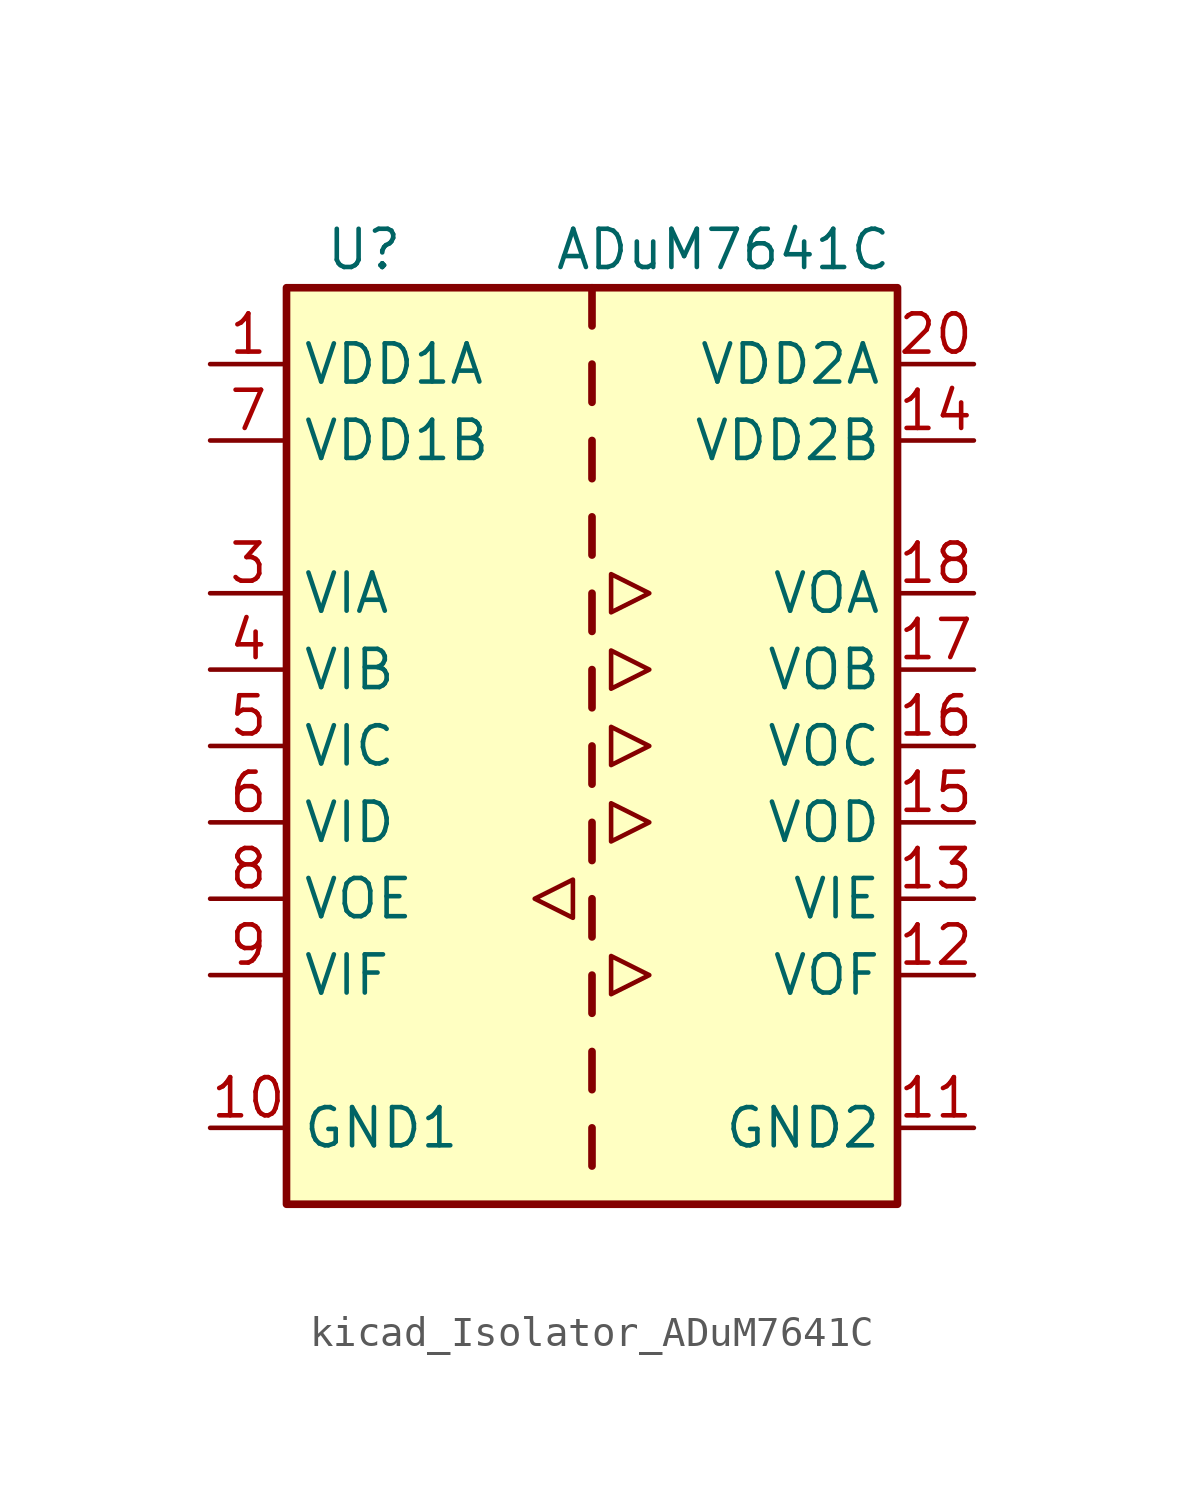
<source format=kicad_sym>
(kicad_symbol_lib
  (version 20220914)
  (generator kicad_symbol_editor)
  (symbol "kicad_Isolator_ADuM7641C"
    (property "Reference" "U"
      (at -8.89 16.51 0)
      (effects (font (size 1.27 1.27)) (justify left)))
    (property "Value" "ADuM7641C"
      (at -1.27 16.51 0)
      (effects (font (size 1.27 1.27)) (justify left)))
    (symbol "kicad_Isolator_ADuM7641C_0_1"
      (polyline (pts (xy -1.905 -5.08) (xy -0.635 -4.445) (xy -0.635 -5.715) (xy -1.905 -5.08)) (stroke (width 0) (type default)) (fill (type none)))
      (polyline (pts (xy 0.635 -6.985) (xy 0.635 -8.255) (xy 1.905 -7.62) (xy 0.635 -6.985)) (stroke (width 0) (type default)) (fill (type none)))
      (polyline (pts (xy 0.635 3.175) (xy 0.635 1.905) (xy 1.905 2.54) (xy 0.635 3.175)) (stroke (width 0) (type default)) (fill (type none)))
      (polyline (pts (xy 0.635 5.715) (xy 0.635 4.445) (xy 1.905 5.08) (xy 0.635 5.715)) (stroke (width 0) (type default)) (fill (type none)))
      (polyline (pts (xy 1.905 -2.54) (xy 0.635 -1.905) (xy 0.635 -3.175) (xy 1.905 -2.54)) (stroke (width 0) (type default)) (fill (type none)))
      (polyline (pts (xy 1.905 0) (xy 0.635 -0.635) (xy 0.635 0.635) (xy 1.905 0)) (stroke (width 0) (type default)) (fill (type none))))
    (symbol "kicad_Isolator_ADuM7641C_1_1"
      (rectangle (start -10.16 15.24) (end 10.16 -15.24) (stroke (width 0.254) (type default)) (fill (type background)))
      (polyline (pts (xy 0 -12.7) (xy 0 -13.97)) (stroke (width 0.254) (type default)) (fill (type none)))
      (polyline (pts (xy 0 -10.16) (xy 0 -11.43)) (stroke (width 0.254) (type default)) (fill (type none)))
      (polyline (pts (xy 0 -7.62) (xy 0 -8.89)) (stroke (width 0.254) (type default)) (fill (type none)))
      (polyline (pts (xy 0 -5.08) (xy 0 -6.35)) (stroke (width 0.254) (type default)) (fill (type none)))
      (polyline (pts (xy 0 -2.54) (xy 0 -3.81)) (stroke (width 0.254) (type default)) (fill (type none)))
      (polyline (pts (xy 0 0) (xy 0 -1.27)) (stroke (width 0.254) (type default)) (fill (type none)))
      (polyline (pts (xy 0 2.54) (xy 0 1.27)) (stroke (width 0.254) (type default)) (fill (type none)))
      (polyline (pts (xy 0 5.08) (xy 0 3.81)) (stroke (width 0.254) (type default)) (fill (type none)))
      (polyline (pts (xy 0 7.62) (xy 0 6.35)) (stroke (width 0.254) (type default)) (fill (type none)))
      (polyline (pts (xy 0 10.16) (xy 0 8.89)) (stroke (width 0.254) (type default)) (fill (type none)))
      (polyline (pts (xy 0 12.7) (xy 0 11.43)) (stroke (width 0.254) (type default)) (fill (type none)))
      (polyline (pts (xy 0 15.24) (xy 0 13.97)) (stroke (width 0.254) (type default)) (fill (type none)))
      (pin power_in line (at -12.7 12.7 0) (length 2.54) (name "VDD1A" (effects (font (size 1.27 1.27)))) (number "1" (effects (font (size 1.27 1.27)))))
      (pin power_in line (at -12.7 -12.7 0) (length 2.54) (name "GND1" (effects (font (size 1.27 1.27)))) (number "10" (effects (font (size 1.27 1.27)))))
      (pin power_in line (at 12.7 -12.7 180) (length 2.54) (name "GND2" (effects (font (size 1.27 1.27)))) (number "11" (effects (font (size 1.27 1.27)))))
      (pin output line (at 12.7 -7.62 180) (length 2.54) (name "VOF" (effects (font (size 1.27 1.27)))) (number "12" (effects (font (size 1.27 1.27)))))
      (pin input line (at 12.7 -5.08 180) (length 2.54) (name "VIE" (effects (font (size 1.27 1.27)))) (number "13" (effects (font (size 1.27 1.27)))))
      (pin power_in line (at 12.7 10.16 180) (length 2.54) (name "VDD2B" (effects (font (size 1.27 1.27)))) (number "14" (effects (font (size 1.27 1.27)))))
      (pin output line (at 12.7 -2.54 180) (length 2.54) (name "VOD" (effects (font (size 1.27 1.27)))) (number "15" (effects (font (size 1.27 1.27)))))
      (pin output line (at 12.7 0 180) (length 2.54) (name "VOC" (effects (font (size 1.27 1.27)))) (number "16" (effects (font (size 1.27 1.27)))))
      (pin output line (at 12.7 2.54 180) (length 2.54) (name "VOB" (effects (font (size 1.27 1.27)))) (number "17" (effects (font (size 1.27 1.27)))))
      (pin output line (at 12.7 5.08 180) (length 2.54) (name "VOA" (effects (font (size 1.27 1.27)))) (number "18" (effects (font (size 1.27 1.27)))))
      (pin passive line (at 12.7 -12.7 180) (length 2.54) hide (name "GND2" (effects (font (size 1.27 1.27)))) (number "19" (effects (font (size 1.27 1.27)))))
      (pin passive line (at -12.7 -12.7 0) (length 2.54) hide (name "GND1" (effects (font (size 1.27 1.27)))) (number "2" (effects (font (size 1.27 1.27)))))
      (pin power_in line (at 12.7 12.7 180) (length 2.54) (name "VDD2A" (effects (font (size 1.27 1.27)))) (number "20" (effects (font (size 1.27 1.27)))))
      (pin input line (at -12.7 5.08 0) (length 2.54) (name "VIA" (effects (font (size 1.27 1.27)))) (number "3" (effects (font (size 1.27 1.27)))))
      (pin input line (at -12.7 2.54 0) (length 2.54) (name "VIB" (effects (font (size 1.27 1.27)))) (number "4" (effects (font (size 1.27 1.27)))))
      (pin input line (at -12.7 0 0) (length 2.54) (name "VIC" (effects (font (size 1.27 1.27)))) (number "5" (effects (font (size 1.27 1.27)))))
      (pin input line (at -12.7 -2.54 0) (length 2.54) (name "VID" (effects (font (size 1.27 1.27)))) (number "6" (effects (font (size 1.27 1.27)))))
      (pin power_in line (at -12.7 10.16 0) (length 2.54) (name "VDD1B" (effects (font (size 1.27 1.27)))) (number "7" (effects (font (size 1.27 1.27)))))
      (pin output line (at -12.7 -5.08 0) (length 2.54) (name "VOE" (effects (font (size 1.27 1.27)))) (number "8" (effects (font (size 1.27 1.27)))))
      (pin input line (at -12.7 -7.62 0) (length 2.54) (name "VIF" (effects (font (size 1.27 1.27)))) (number "9" (effects (font (size 1.27 1.27))))))))
</source>
